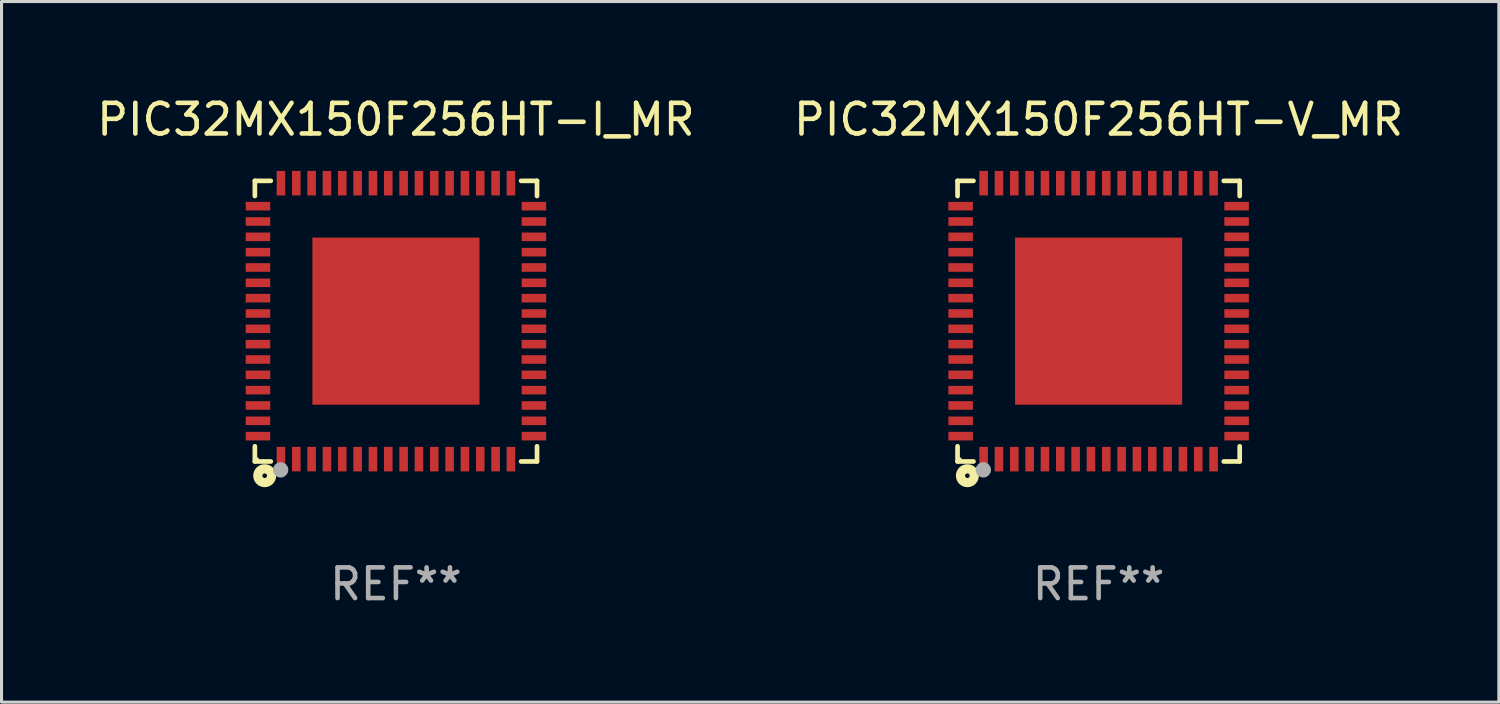
<source format=kicad_pcb>
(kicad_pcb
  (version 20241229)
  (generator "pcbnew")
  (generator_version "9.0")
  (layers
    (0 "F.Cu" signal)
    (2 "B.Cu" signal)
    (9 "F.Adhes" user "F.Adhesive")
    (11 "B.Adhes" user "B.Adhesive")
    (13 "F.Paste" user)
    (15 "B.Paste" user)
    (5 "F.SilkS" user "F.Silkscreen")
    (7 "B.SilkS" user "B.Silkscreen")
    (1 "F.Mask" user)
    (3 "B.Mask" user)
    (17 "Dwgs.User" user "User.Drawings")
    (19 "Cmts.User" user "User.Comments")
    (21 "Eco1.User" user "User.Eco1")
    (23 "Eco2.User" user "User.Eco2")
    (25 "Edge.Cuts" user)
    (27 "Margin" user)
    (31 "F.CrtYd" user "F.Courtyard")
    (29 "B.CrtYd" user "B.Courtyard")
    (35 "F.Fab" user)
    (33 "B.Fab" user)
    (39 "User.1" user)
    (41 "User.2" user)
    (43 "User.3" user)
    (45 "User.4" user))
  (footprint "PIC32MX150F256HT-I_MR"
    (layer "F.Cu")
    (at 9.863 7.424)
    (property "Reference" "PIC32MX150F256HT-I_MR" (at 0 -6.576 0) (layer "F.SilkS") (effects (font (size 1 1) (thickness 0.15))))
    (attr through_hole)
    (fp_line (start -4.601 -4.576) (end -4.081 -4.576) (stroke (width 0.152) (type solid)) (layer "F.SilkS"))
    (fp_line (start -4.601 -4.081) (end -4.601 -4.576) (stroke (width 0.152) (type solid)) (layer "F.SilkS"))
    (fp_line (start -4.601 4.081) (end -4.601 4.576) (stroke (width 0.152) (type solid)) (layer "F.SilkS"))
    (fp_line (start -4.601 4.576) (end -4.081 4.576) (stroke (width 0.152) (type solid)) (layer "F.SilkS"))
    (fp_line (start 4.601 -4.576) (end 4.081 -4.576) (stroke (width 0.152) (type solid)) (layer "F.SilkS"))
    (fp_line (start 4.601 -4.081) (end 4.601 -4.576) (stroke (width 0.152) (type solid)) (layer "F.SilkS"))
    (fp_line (start 4.601 4.081) (end 4.601 4.576) (stroke (width 0.152) (type solid)) (layer "F.SilkS"))
    (fp_line (start 4.601 4.576) (end 4.081 4.576) (stroke (width 0.152) (type solid)) (layer "F.SilkS"))
    (fp_circle (center -4.525 4.5) (end -4.495 4.5) (stroke (width 0.06) (type solid)) (fill no) (layer "F.SilkS"))
    (fp_circle (center -4.28 5.04) (end -4.205 5.04) (stroke (width 0.3) (type solid)) (fill no) (layer "F.SilkS"))
    (fp_circle (center -3.76 4.85) (end -3.635 4.85) (stroke (width 0.25) (type solid)) (fill no) (layer "F.Fab"))
    (fp_text user "REF**" (at 0 8.576 0) (layer "F.Fab") (effects (font (size 1 1) (thickness 0.15))))
    (pad "1" smd rect (at -3.75 4.5) (size 0.28 0.8) (layers "F.Cu" "F.Mask" "F.Paste"))
    (pad "2" smd rect (at -3.25 4.5) (size 0.28 0.8) (layers "F.Cu" "F.Mask" "F.Paste"))
    (pad "3" smd rect (at -2.75 4.5) (size 0.28 0.8) (layers "F.Cu" "F.Mask" "F.Paste"))
    (pad "4" smd rect (at -2.25 4.5) (size 0.28 0.8) (layers "F.Cu" "F.Mask" "F.Paste"))
    (pad "5" smd rect (at -1.75 4.5) (size 0.28 0.8) (layers "F.Cu" "F.Mask" "F.Paste"))
    (pad "6" smd rect (at -1.25 4.5) (size 0.28 0.8) (layers "F.Cu" "F.Mask" "F.Paste"))
    (pad "7" smd rect (at -0.75 4.5) (size 0.28 0.8) (layers "F.Cu" "F.Mask" "F.Paste"))
    (pad "8" smd rect (at -0.25 4.5) (size 0.28 0.8) (layers "F.Cu" "F.Mask" "F.Paste"))
    (pad "9" smd rect (at 0.25 4.5) (size 0.28 0.8) (layers "F.Cu" "F.Mask" "F.Paste"))
    (pad "10" smd rect (at 0.75 4.5) (size 0.28 0.8) (layers "F.Cu" "F.Mask" "F.Paste"))
    (pad "11" smd rect (at 1.25 4.5) (size 0.28 0.8) (layers "F.Cu" "F.Mask" "F.Paste"))
    (pad "12" smd rect (at 1.75 4.5) (size 0.28 0.8) (layers "F.Cu" "F.Mask" "F.Paste"))
    (pad "13" smd rect (at 2.25 4.5) (size 0.28 0.8) (layers "F.Cu" "F.Mask" "F.Paste"))
    (pad "14" smd rect (at 2.75 4.5) (size 0.28 0.8) (layers "F.Cu" "F.Mask" "F.Paste"))
    (pad "15" smd rect (at 3.25 4.5) (size 0.28 0.8) (layers "F.Cu" "F.Mask" "F.Paste"))
    (pad "16" smd rect (at 3.75 4.5) (size 0.28 0.8) (layers "F.Cu" "F.Mask" "F.Paste"))
    (pad "17" smd rect (at 4.5 3.75) (size 0.8 0.28) (layers "F.Cu" "F.Mask" "F.Paste"))
    (pad "18" smd rect (at 4.5 3.25) (size 0.8 0.28) (layers "F.Cu" "F.Mask" "F.Paste"))
    (pad "19" smd rect (at 4.5 2.75) (size 0.8 0.28) (layers "F.Cu" "F.Mask" "F.Paste"))
    (pad "20" smd rect (at 4.5 2.25) (size 0.8 0.28) (layers "F.Cu" "F.Mask" "F.Paste"))
    (pad "21" smd rect (at 4.5 1.75) (size 0.8 0.28) (layers "F.Cu" "F.Mask" "F.Paste"))
    (pad "22" smd rect (at 4.5 1.25) (size 0.8 0.28) (layers "F.Cu" "F.Mask" "F.Paste"))
    (pad "23" smd rect (at 4.5 0.75) (size 0.8 0.28) (layers "F.Cu" "F.Mask" "F.Paste"))
    (pad "24" smd rect (at 4.5 0.25) (size 0.8 0.28) (layers "F.Cu" "F.Mask" "F.Paste"))
    (pad "25" smd rect (at 4.5 -0.25) (size 0.8 0.28) (layers "F.Cu" "F.Mask" "F.Paste"))
    (pad "26" smd rect (at 4.5 -0.75) (size 0.8 0.28) (layers "F.Cu" "F.Mask" "F.Paste"))
    (pad "27" smd rect (at 4.5 -1.25) (size 0.8 0.28) (layers "F.Cu" "F.Mask" "F.Paste"))
    (pad "28" smd rect (at 4.5 -1.75) (size 0.8 0.28) (layers "F.Cu" "F.Mask" "F.Paste"))
    (pad "29" smd rect (at 4.5 -2.25) (size 0.8 0.28) (layers "F.Cu" "F.Mask" "F.Paste"))
    (pad "30" smd rect (at 4.5 -2.75) (size 0.8 0.28) (layers "F.Cu" "F.Mask" "F.Paste"))
    (pad "31" smd rect (at 4.5 -3.25) (size 0.8 0.28) (layers "F.Cu" "F.Mask" "F.Paste"))
    (pad "32" smd rect (at 4.5 -3.75) (size 0.8 0.28) (layers "F.Cu" "F.Mask" "F.Paste"))
    (pad "33" smd rect (at 3.75 -4.5) (size 0.28 0.8) (layers "F.Cu" "F.Mask" "F.Paste"))
    (pad "34" smd rect (at 3.25 -4.5) (size 0.28 0.8) (layers "F.Cu" "F.Mask" "F.Paste"))
    (pad "35" smd rect (at 2.75 -4.5) (size 0.28 0.8) (layers "F.Cu" "F.Mask" "F.Paste"))
    (pad "36" smd rect (at 2.25 -4.5) (size 0.28 0.8) (layers "F.Cu" "F.Mask" "F.Paste"))
    (pad "37" smd rect (at 1.75 -4.5) (size 0.28 0.8) (layers "F.Cu" "F.Mask" "F.Paste"))
    (pad "38" smd rect (at 1.25 -4.5) (size 0.28 0.8) (layers "F.Cu" "F.Mask" "F.Paste"))
    (pad "39" smd rect (at 0.75 -4.5) (size 0.28 0.8) (layers "F.Cu" "F.Mask" "F.Paste"))
    (pad "40" smd rect (at 0.25 -4.5) (size 0.28 0.8) (layers "F.Cu" "F.Mask" "F.Paste"))
    (pad "41" smd rect (at -0.25 -4.5) (size 0.28 0.8) (layers "F.Cu" "F.Mask" "F.Paste"))
    (pad "42" smd rect (at -0.75 -4.5) (size 0.28 0.8) (layers "F.Cu" "F.Mask" "F.Paste"))
    (pad "43" smd rect (at -1.25 -4.5) (size 0.28 0.8) (layers "F.Cu" "F.Mask" "F.Paste"))
    (pad "44" smd rect (at -1.75 -4.5) (size 0.28 0.8) (layers "F.Cu" "F.Mask" "F.Paste"))
    (pad "45" smd rect (at -2.25 -4.5) (size 0.28 0.8) (layers "F.Cu" "F.Mask" "F.Paste"))
    (pad "46" smd rect (at -2.75 -4.5) (size 0.28 0.8) (layers "F.Cu" "F.Mask" "F.Paste"))
    (pad "47" smd rect (at -3.25 -4.5) (size 0.28 0.8) (layers "F.Cu" "F.Mask" "F.Paste"))
    (pad "48" smd rect (at -3.75 -4.5) (size 0.28 0.8) (layers "F.Cu" "F.Mask" "F.Paste"))
    (pad "49" smd rect (at -4.5 -3.75) (size 0.8 0.28) (layers "F.Cu" "F.Mask" "F.Paste"))
    (pad "50" smd rect (at -4.5 -3.25) (size 0.8 0.28) (layers "F.Cu" "F.Mask" "F.Paste"))
    (pad "51" smd rect (at -4.5 -2.75) (size 0.8 0.28) (layers "F.Cu" "F.Mask" "F.Paste"))
    (pad "52" smd rect (at -4.5 -2.25) (size 0.8 0.28) (layers "F.Cu" "F.Mask" "F.Paste"))
    (pad "53" smd rect (at -4.5 -1.75) (size 0.8 0.28) (layers "F.Cu" "F.Mask" "F.Paste"))
    (pad "54" smd rect (at -4.5 -1.25) (size 0.8 0.28) (layers "F.Cu" "F.Mask" "F.Paste"))
    (pad "55" smd rect (at -4.5 -0.75) (size 0.8 0.28) (layers "F.Cu" "F.Mask" "F.Paste"))
    (pad "56" smd rect (at -4.5 -0.25) (size 0.8 0.28) (layers "F.Cu" "F.Mask" "F.Paste"))
    (pad "57" smd rect (at -4.5 0.25) (size 0.8 0.28) (layers "F.Cu" "F.Mask" "F.Paste"))
    (pad "58" smd rect (at -4.5 0.75) (size 0.8 0.28) (layers "F.Cu" "F.Mask" "F.Paste"))
    (pad "59" smd rect (at -4.5 1.25) (size 0.8 0.28) (layers "F.Cu" "F.Mask" "F.Paste"))
    (pad "60" smd rect (at -4.5 1.75) (size 0.8 0.28) (layers "F.Cu" "F.Mask" "F.Paste"))
    (pad "61" smd rect (at -4.5 2.25) (size 0.8 0.28) (layers "F.Cu" "F.Mask" "F.Paste"))
    (pad "62" smd rect (at -4.5 2.75) (size 0.8 0.28) (layers "F.Cu" "F.Mask" "F.Paste"))
    (pad "63" smd rect (at -4.5 3.25) (size 0.8 0.28) (layers "F.Cu" "F.Mask" "F.Paste"))
    (pad "64" smd rect (at -4.5 3.75) (size 0.8 0.28) (layers "F.Cu" "F.Mask" "F.Paste"))
    (pad "65" smd rect (at 0 0) (size 5.45 5.45) (layers "F.Cu" "F.Mask" "F.Paste")))
  (footprint "PIC32MX150F256HT-V_MR"
    (layer "F.Cu")
    (at 32.78 7.424)
    (property "Reference" "PIC32MX150F256HT-V_MR" (at 0 -6.576 0) (layer "F.SilkS") (effects (font (size 1 1) (thickness 0.15))))
    (attr through_hole)
    (fp_line (start -4.601 -4.576) (end -4.081 -4.576) (stroke (width 0.152) (type solid)) (layer "F.SilkS"))
    (fp_line (start -4.601 -4.081) (end -4.601 -4.576) (stroke (width 0.152) (type solid)) (layer "F.SilkS"))
    (fp_line (start -4.601 4.081) (end -4.601 4.576) (stroke (width 0.152) (type solid)) (layer "F.SilkS"))
    (fp_line (start -4.601 4.576) (end -4.081 4.576) (stroke (width 0.152) (type solid)) (layer "F.SilkS"))
    (fp_line (start 4.601 -4.576) (end 4.081 -4.576) (stroke (width 0.152) (type solid)) (layer "F.SilkS"))
    (fp_line (start 4.601 -4.081) (end 4.601 -4.576) (stroke (width 0.152) (type solid)) (layer "F.SilkS"))
    (fp_line (start 4.601 4.081) (end 4.601 4.576) (stroke (width 0.152) (type solid)) (layer "F.SilkS"))
    (fp_line (start 4.601 4.576) (end 4.081 4.576) (stroke (width 0.152) (type solid)) (layer "F.SilkS"))
    (fp_circle (center -4.525 4.5) (end -4.495 4.5) (stroke (width 0.06) (type solid)) (fill no) (layer "F.SilkS"))
    (fp_circle (center -4.28 5.04) (end -4.205 5.04) (stroke (width 0.3) (type solid)) (fill no) (layer "F.SilkS"))
    (fp_circle (center -3.76 4.85) (end -3.635 4.85) (stroke (width 0.25) (type solid)) (fill no) (layer "F.Fab"))
    (fp_text user "REF**" (at 0 8.576 0) (layer "F.Fab") (effects (font (size 1 1) (thickness 0.15))))
    (pad "1" smd rect (at -3.75 4.5) (size 0.28 0.8) (layers "F.Cu" "F.Mask" "F.Paste"))
    (pad "2" smd rect (at -3.25 4.5) (size 0.28 0.8) (layers "F.Cu" "F.Mask" "F.Paste"))
    (pad "3" smd rect (at -2.75 4.5) (size 0.28 0.8) (layers "F.Cu" "F.Mask" "F.Paste"))
    (pad "4" smd rect (at -2.25 4.5) (size 0.28 0.8) (layers "F.Cu" "F.Mask" "F.Paste"))
    (pad "5" smd rect (at -1.75 4.5) (size 0.28 0.8) (layers "F.Cu" "F.Mask" "F.Paste"))
    (pad "6" smd rect (at -1.25 4.5) (size 0.28 0.8) (layers "F.Cu" "F.Mask" "F.Paste"))
    (pad "7" smd rect (at -0.75 4.5) (size 0.28 0.8) (layers "F.Cu" "F.Mask" "F.Paste"))
    (pad "8" smd rect (at -0.25 4.5) (size 0.28 0.8) (layers "F.Cu" "F.Mask" "F.Paste"))
    (pad "9" smd rect (at 0.25 4.5) (size 0.28 0.8) (layers "F.Cu" "F.Mask" "F.Paste"))
    (pad "10" smd rect (at 0.75 4.5) (size 0.28 0.8) (layers "F.Cu" "F.Mask" "F.Paste"))
    (pad "11" smd rect (at 1.25 4.5) (size 0.28 0.8) (layers "F.Cu" "F.Mask" "F.Paste"))
    (pad "12" smd rect (at 1.75 4.5) (size 0.28 0.8) (layers "F.Cu" "F.Mask" "F.Paste"))
    (pad "13" smd rect (at 2.25 4.5) (size 0.28 0.8) (layers "F.Cu" "F.Mask" "F.Paste"))
    (pad "14" smd rect (at 2.75 4.5) (size 0.28 0.8) (layers "F.Cu" "F.Mask" "F.Paste"))
    (pad "15" smd rect (at 3.25 4.5) (size 0.28 0.8) (layers "F.Cu" "F.Mask" "F.Paste"))
    (pad "16" smd rect (at 3.75 4.5) (size 0.28 0.8) (layers "F.Cu" "F.Mask" "F.Paste"))
    (pad "17" smd rect (at 4.5 3.75) (size 0.8 0.28) (layers "F.Cu" "F.Mask" "F.Paste"))
    (pad "18" smd rect (at 4.5 3.25) (size 0.8 0.28) (layers "F.Cu" "F.Mask" "F.Paste"))
    (pad "19" smd rect (at 4.5 2.75) (size 0.8 0.28) (layers "F.Cu" "F.Mask" "F.Paste"))
    (pad "20" smd rect (at 4.5 2.25) (size 0.8 0.28) (layers "F.Cu" "F.Mask" "F.Paste"))
    (pad "21" smd rect (at 4.5 1.75) (size 0.8 0.28) (layers "F.Cu" "F.Mask" "F.Paste"))
    (pad "22" smd rect (at 4.5 1.25) (size 0.8 0.28) (layers "F.Cu" "F.Mask" "F.Paste"))
    (pad "23" smd rect (at 4.5 0.75) (size 0.8 0.28) (layers "F.Cu" "F.Mask" "F.Paste"))
    (pad "24" smd rect (at 4.5 0.25) (size 0.8 0.28) (layers "F.Cu" "F.Mask" "F.Paste"))
    (pad "25" smd rect (at 4.5 -0.25) (size 0.8 0.28) (layers "F.Cu" "F.Mask" "F.Paste"))
    (pad "26" smd rect (at 4.5 -0.75) (size 0.8 0.28) (layers "F.Cu" "F.Mask" "F.Paste"))
    (pad "27" smd rect (at 4.5 -1.25) (size 0.8 0.28) (layers "F.Cu" "F.Mask" "F.Paste"))
    (pad "28" smd rect (at 4.5 -1.75) (size 0.8 0.28) (layers "F.Cu" "F.Mask" "F.Paste"))
    (pad "29" smd rect (at 4.5 -2.25) (size 0.8 0.28) (layers "F.Cu" "F.Mask" "F.Paste"))
    (pad "30" smd rect (at 4.5 -2.75) (size 0.8 0.28) (layers "F.Cu" "F.Mask" "F.Paste"))
    (pad "31" smd rect (at 4.5 -3.25) (size 0.8 0.28) (layers "F.Cu" "F.Mask" "F.Paste"))
    (pad "32" smd rect (at 4.5 -3.75) (size 0.8 0.28) (layers "F.Cu" "F.Mask" "F.Paste"))
    (pad "33" smd rect (at 3.75 -4.5) (size 0.28 0.8) (layers "F.Cu" "F.Mask" "F.Paste"))
    (pad "34" smd rect (at 3.25 -4.5) (size 0.28 0.8) (layers "F.Cu" "F.Mask" "F.Paste"))
    (pad "35" smd rect (at 2.75 -4.5) (size 0.28 0.8) (layers "F.Cu" "F.Mask" "F.Paste"))
    (pad "36" smd rect (at 2.25 -4.5) (size 0.28 0.8) (layers "F.Cu" "F.Mask" "F.Paste"))
    (pad "37" smd rect (at 1.75 -4.5) (size 0.28 0.8) (layers "F.Cu" "F.Mask" "F.Paste"))
    (pad "38" smd rect (at 1.25 -4.5) (size 0.28 0.8) (layers "F.Cu" "F.Mask" "F.Paste"))
    (pad "39" smd rect (at 0.75 -4.5) (size 0.28 0.8) (layers "F.Cu" "F.Mask" "F.Paste"))
    (pad "40" smd rect (at 0.25 -4.5) (size 0.28 0.8) (layers "F.Cu" "F.Mask" "F.Paste"))
    (pad "41" smd rect (at -0.25 -4.5) (size 0.28 0.8) (layers "F.Cu" "F.Mask" "F.Paste"))
    (pad "42" smd rect (at -0.75 -4.5) (size 0.28 0.8) (layers "F.Cu" "F.Mask" "F.Paste"))
    (pad "43" smd rect (at -1.25 -4.5) (size 0.28 0.8) (layers "F.Cu" "F.Mask" "F.Paste"))
    (pad "44" smd rect (at -1.75 -4.5) (size 0.28 0.8) (layers "F.Cu" "F.Mask" "F.Paste"))
    (pad "45" smd rect (at -2.25 -4.5) (size 0.28 0.8) (layers "F.Cu" "F.Mask" "F.Paste"))
    (pad "46" smd rect (at -2.75 -4.5) (size 0.28 0.8) (layers "F.Cu" "F.Mask" "F.Paste"))
    (pad "47" smd rect (at -3.25 -4.5) (size 0.28 0.8) (layers "F.Cu" "F.Mask" "F.Paste"))
    (pad "48" smd rect (at -3.75 -4.5) (size 0.28 0.8) (layers "F.Cu" "F.Mask" "F.Paste"))
    (pad "49" smd rect (at -4.5 -3.75) (size 0.8 0.28) (layers "F.Cu" "F.Mask" "F.Paste"))
    (pad "50" smd rect (at -4.5 -3.25) (size 0.8 0.28) (layers "F.Cu" "F.Mask" "F.Paste"))
    (pad "51" smd rect (at -4.5 -2.75) (size 0.8 0.28) (layers "F.Cu" "F.Mask" "F.Paste"))
    (pad "52" smd rect (at -4.5 -2.25) (size 0.8 0.28) (layers "F.Cu" "F.Mask" "F.Paste"))
    (pad "53" smd rect (at -4.5 -1.75) (size 0.8 0.28) (layers "F.Cu" "F.Mask" "F.Paste"))
    (pad "54" smd rect (at -4.5 -1.25) (size 0.8 0.28) (layers "F.Cu" "F.Mask" "F.Paste"))
    (pad "55" smd rect (at -4.5 -0.75) (size 0.8 0.28) (layers "F.Cu" "F.Mask" "F.Paste"))
    (pad "56" smd rect (at -4.5 -0.25) (size 0.8 0.28) (layers "F.Cu" "F.Mask" "F.Paste"))
    (pad "57" smd rect (at -4.5 0.25) (size 0.8 0.28) (layers "F.Cu" "F.Mask" "F.Paste"))
    (pad "58" smd rect (at -4.5 0.75) (size 0.8 0.28) (layers "F.Cu" "F.Mask" "F.Paste"))
    (pad "59" smd rect (at -4.5 1.25) (size 0.8 0.28) (layers "F.Cu" "F.Mask" "F.Paste"))
    (pad "60" smd rect (at -4.5 1.75) (size 0.8 0.28) (layers "F.Cu" "F.Mask" "F.Paste"))
    (pad "61" smd rect (at -4.5 2.25) (size 0.8 0.28) (layers "F.Cu" "F.Mask" "F.Paste"))
    (pad "62" smd rect (at -4.5 2.75) (size 0.8 0.28) (layers "F.Cu" "F.Mask" "F.Paste"))
    (pad "63" smd rect (at -4.5 3.25) (size 0.8 0.28) (layers "F.Cu" "F.Mask" "F.Paste"))
    (pad "64" smd rect (at -4.5 3.75) (size 0.8 0.28) (layers "F.Cu" "F.Mask" "F.Paste"))
    (pad "65" smd rect (at 0 0) (size 5.45 5.45) (layers "F.Cu" "F.Mask" "F.Paste")))
  (gr_rect
    (start -3 -3)
    (end 45.833 19.849)
    (stroke (width 0.1) (type default))
    (fill no)
    (layer "Edge.Cuts")))
</source>
